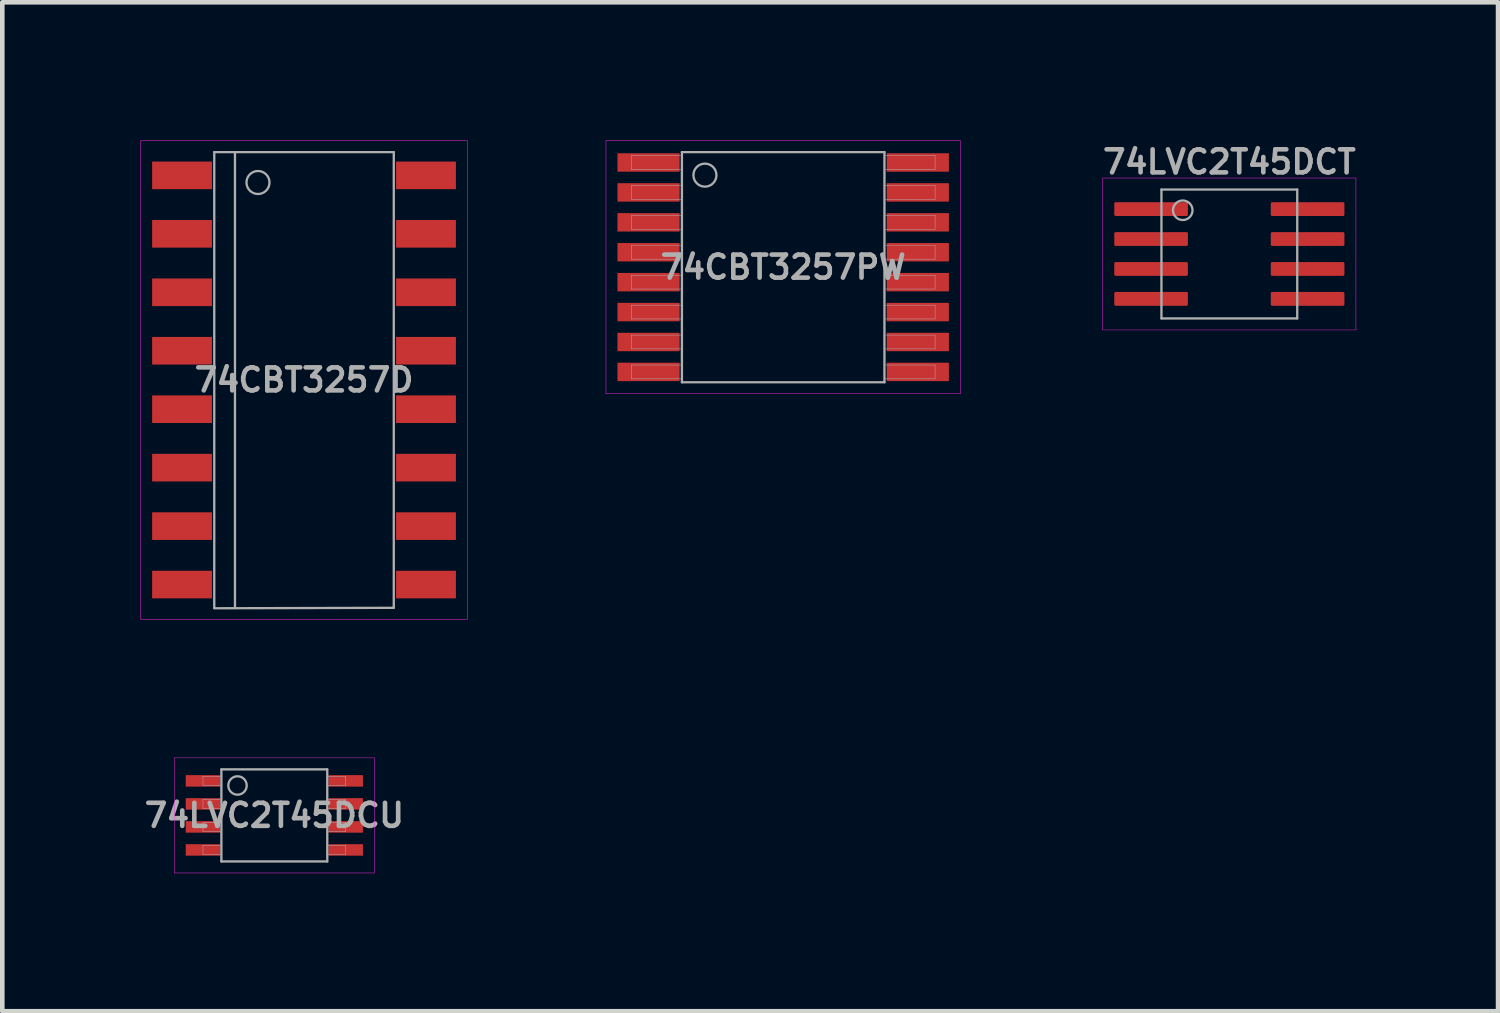
<source format=kicad_pcb>
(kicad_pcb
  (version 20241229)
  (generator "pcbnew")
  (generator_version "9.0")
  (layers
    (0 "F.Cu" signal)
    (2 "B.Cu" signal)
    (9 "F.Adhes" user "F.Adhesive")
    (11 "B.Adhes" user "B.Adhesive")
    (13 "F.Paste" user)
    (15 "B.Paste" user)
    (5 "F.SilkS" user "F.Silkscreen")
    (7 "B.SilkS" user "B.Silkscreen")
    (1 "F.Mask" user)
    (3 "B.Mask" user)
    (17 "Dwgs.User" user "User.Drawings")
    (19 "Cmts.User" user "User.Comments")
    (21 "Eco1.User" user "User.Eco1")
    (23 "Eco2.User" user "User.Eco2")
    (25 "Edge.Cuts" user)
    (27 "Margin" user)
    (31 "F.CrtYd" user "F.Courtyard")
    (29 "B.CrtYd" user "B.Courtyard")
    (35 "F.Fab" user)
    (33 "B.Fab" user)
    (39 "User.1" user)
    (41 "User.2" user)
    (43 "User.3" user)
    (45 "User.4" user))
  (footprint "74CBT3257PW"
    (layer "F.Cu")
    (at 13.965 2.755)
    (property "Reference" "74CBT3257PW" (at 0 0 0) (layer "F.Fab") (effects (font (size 0.5 0.5) (thickness 0.1))))
    (attr smd)
    (fp_line (start -3.85 -2.75) (end -3.85 2.75) (stroke (width 0.01) (type solid)) (layer "F.CrtYd"))
    (fp_line (start -3.85 -2.75) (end 3.85 -2.75) (stroke (width 0.01) (type solid)) (layer "F.CrtYd"))
    (fp_line (start -3.85 2.75) (end 3.85 2.75) (stroke (width 0.01) (type solid)) (layer "F.CrtYd"))
    (fp_line (start 3.85 -2.75) (end 3.85 2.75) (stroke (width 0.01) (type solid)) (layer "F.CrtYd"))
    (fp_line (start -3.3 -2.425) (end -2.2 -2.425) (stroke (width 0.01) (type solid)) (layer "F.Fab"))
    (fp_line (start -3.3 -2.125) (end -3.3 -2.425) (stroke (width 0.01) (type solid)) (layer "F.Fab"))
    (fp_line (start -3.3 -1.775) (end -2.2 -1.775) (stroke (width 0.01) (type solid)) (layer "F.Fab"))
    (fp_line (start -3.3 -1.475) (end -3.3 -1.775) (stroke (width 0.01) (type solid)) (layer "F.Fab"))
    (fp_line (start -3.3 -1.125) (end -2.2 -1.125) (stroke (width 0.01) (type solid)) (layer "F.Fab"))
    (fp_line (start -3.3 -0.825) (end -3.3 -1.125) (stroke (width 0.01) (type solid)) (layer "F.Fab"))
    (fp_line (start -3.3 -0.475) (end -2.2 -0.475) (stroke (width 0.01) (type solid)) (layer "F.Fab"))
    (fp_line (start -3.3 -0.175) (end -3.3 -0.475) (stroke (width 0.01) (type solid)) (layer "F.Fab"))
    (fp_line (start -3.3 0.175) (end -2.2 0.175) (stroke (width 0.01) (type solid)) (layer "F.Fab"))
    (fp_line (start -3.3 0.475) (end -3.3 0.175) (stroke (width 0.01) (type solid)) (layer "F.Fab"))
    (fp_line (start -3.3 0.825) (end -2.2 0.825) (stroke (width 0.01) (type solid)) (layer "F.Fab"))
    (fp_line (start -3.3 1.125) (end -3.3 0.825) (stroke (width 0.01) (type solid)) (layer "F.Fab"))
    (fp_line (start -3.3 1.475) (end -2.2 1.475) (stroke (width 0.01) (type solid)) (layer "F.Fab"))
    (fp_line (start -3.3 1.775) (end -3.3 1.475) (stroke (width 0.01) (type solid)) (layer "F.Fab"))
    (fp_line (start -3.3 2.125) (end -2.2 2.125) (stroke (width 0.01) (type solid)) (layer "F.Fab"))
    (fp_line (start -3.3 2.425) (end -3.3 2.125) (stroke (width 0.01) (type solid)) (layer "F.Fab"))
    (fp_line (start -2.2 -2.5) (end 2.2 -2.5) (stroke (width 0.05) (type solid)) (layer "F.Fab"))
    (fp_line (start -2.2 -2.125) (end -3.3 -2.125) (stroke (width 0.01) (type solid)) (layer "F.Fab"))
    (fp_line (start -2.2 -1.475) (end -3.3 -1.475) (stroke (width 0.01) (type solid)) (layer "F.Fab"))
    (fp_line (start -2.2 -0.825) (end -3.3 -0.825) (stroke (width 0.01) (type solid)) (layer "F.Fab"))
    (fp_line (start -2.2 -0.175) (end -3.3 -0.175) (stroke (width 0.01) (type solid)) (layer "F.Fab"))
    (fp_line (start -2.2 0.475) (end -3.3 0.475) (stroke (width 0.01) (type solid)) (layer "F.Fab"))
    (fp_line (start -2.2 1.125) (end -3.3 1.125) (stroke (width 0.01) (type solid)) (layer "F.Fab"))
    (fp_line (start -2.2 1.775) (end -3.3 1.775) (stroke (width 0.01) (type solid)) (layer "F.Fab"))
    (fp_line (start -2.2 2.425) (end -3.3 2.425) (stroke (width 0.01) (type solid)) (layer "F.Fab"))
    (fp_line (start -2.2 2.5) (end -2.2 -2.5) (stroke (width 0.05) (type solid)) (layer "F.Fab"))
    (fp_line (start 2.2 -2.5) (end 2.2 2.5) (stroke (width 0.05) (type solid)) (layer "F.Fab"))
    (fp_line (start 2.2 -2.425) (end 3.3 -2.425) (stroke (width 0.01) (type solid)) (layer "F.Fab"))
    (fp_line (start 2.2 -1.775) (end 3.3 -1.775) (stroke (width 0.01) (type solid)) (layer "F.Fab"))
    (fp_line (start 2.2 -1.125) (end 3.3 -1.125) (stroke (width 0.01) (type solid)) (layer "F.Fab"))
    (fp_line (start 2.2 -0.475) (end 3.3 -0.475) (stroke (width 0.01) (type solid)) (layer "F.Fab"))
    (fp_line (start 2.2 0.175) (end 3.3 0.175) (stroke (width 0.01) (type solid)) (layer "F.Fab"))
    (fp_line (start 2.2 0.825) (end 3.3 0.825) (stroke (width 0.01) (type solid)) (layer "F.Fab"))
    (fp_line (start 2.2 1.475) (end 3.3 1.475) (stroke (width 0.01) (type solid)) (layer "F.Fab"))
    (fp_line (start 2.2 2.125) (end 3.3 2.125) (stroke (width 0.01) (type solid)) (layer "F.Fab"))
    (fp_line (start 2.2 2.5) (end -2.2 2.5) (stroke (width 0.05) (type solid)) (layer "F.Fab"))
    (fp_line (start 3.3 -2.425) (end 3.3 -2.125) (stroke (width 0.01) (type solid)) (layer "F.Fab"))
    (fp_line (start 3.3 -2.125) (end 2.2 -2.125) (stroke (width 0.01) (type solid)) (layer "F.Fab"))
    (fp_line (start 3.3 -1.775) (end 3.3 -1.475) (stroke (width 0.01) (type solid)) (layer "F.Fab"))
    (fp_line (start 3.3 -1.475) (end 2.2 -1.475) (stroke (width 0.01) (type solid)) (layer "F.Fab"))
    (fp_line (start 3.3 -1.125) (end 3.3 -0.825) (stroke (width 0.01) (type solid)) (layer "F.Fab"))
    (fp_line (start 3.3 -0.825) (end 2.2 -0.825) (stroke (width 0.01) (type solid)) (layer "F.Fab"))
    (fp_line (start 3.3 -0.475) (end 3.3 -0.175) (stroke (width 0.01) (type solid)) (layer "F.Fab"))
    (fp_line (start 3.3 -0.175) (end 2.2 -0.175) (stroke (width 0.01) (type solid)) (layer "F.Fab"))
    (fp_line (start 3.3 0.175) (end 3.3 0.475) (stroke (width 0.01) (type solid)) (layer "F.Fab"))
    (fp_line (start 3.3 0.475) (end 2.2 0.475) (stroke (width 0.01) (type solid)) (layer "F.Fab"))
    (fp_line (start 3.3 0.825) (end 3.3 1.125) (stroke (width 0.01) (type solid)) (layer "F.Fab"))
    (fp_line (start 3.3 1.125) (end 2.2 1.125) (stroke (width 0.01) (type solid)) (layer "F.Fab"))
    (fp_line (start 3.3 1.475) (end 3.3 1.775) (stroke (width 0.01) (type solid)) (layer "F.Fab"))
    (fp_line (start 3.3 1.775) (end 2.2 1.775) (stroke (width 0.01) (type solid)) (layer "F.Fab"))
    (fp_line (start 3.3 2.125) (end 3.3 2.425) (stroke (width 0.01) (type solid)) (layer "F.Fab"))
    (fp_line (start 3.3 2.425) (end 2.2 2.425) (stroke (width 0.01) (type solid)) (layer "F.Fab"))
    (fp_circle (center -1.7 -2) (end -1.45 -2) (stroke (width 0.05) (type solid)) (fill no) (layer "F.Fab"))
    (pad "1" smd rect (at -2.925 -2.275) (size 1.35 0.4) (layers "F.Cu" "F.Mask" "F.Paste"))
    (pad "2" smd rect (at -2.925 -1.625) (size 1.35 0.4) (layers "F.Cu" "F.Mask" "F.Paste"))
    (pad "3" smd rect (at -2.925 -0.975) (size 1.35 0.4) (layers "F.Cu" "F.Mask" "F.Paste"))
    (pad "4" smd rect (at -2.925 -0.325) (size 1.35 0.4) (layers "F.Cu" "F.Mask" "F.Paste"))
    (pad "5" smd rect (at -2.925 0.325) (size 1.35 0.4) (layers "F.Cu" "F.Mask" "F.Paste"))
    (pad "6" smd rect (at -2.925 0.975) (size 1.35 0.4) (layers "F.Cu" "F.Mask" "F.Paste"))
    (pad "7" smd rect (at -2.925 1.625) (size 1.35 0.4) (layers "F.Cu" "F.Mask" "F.Paste"))
    (pad "8" smd rect (at -2.925 2.275) (size 1.35 0.4) (layers "F.Cu" "F.Mask" "F.Paste"))
    (pad "9" smd rect (at 2.925 2.275) (size 1.35 0.4) (layers "F.Cu" "F.Mask" "F.Paste"))
    (pad "10" smd rect (at 2.925 1.625) (size 1.35 0.4) (layers "F.Cu" "F.Mask" "F.Paste"))
    (pad "11" smd rect (at 2.925 0.975) (size 1.35 0.4) (layers "F.Cu" "F.Mask" "F.Paste"))
    (pad "12" smd rect (at 2.925 0.325) (size 1.35 0.4) (layers "F.Cu" "F.Mask" "F.Paste"))
    (pad "13" smd rect (at 2.925 -0.325) (size 1.35 0.4) (layers "F.Cu" "F.Mask" "F.Paste"))
    (pad "14" smd rect (at 2.925 -0.975) (size 1.35 0.4) (layers "F.Cu" "F.Mask" "F.Paste"))
    (pad "15" smd rect (at 2.925 -1.625) (size 1.35 0.4) (layers "F.Cu" "F.Mask" "F.Paste"))
    (pad "16" smd rect (at 2.925 -2.275) (size 1.35 0.4) (layers "F.Cu" "F.Mask" "F.Paste")))
  (footprint "74LVC2T45DCU"
    (layer "F.Cu")
    (at 2.91 14.665)
    (property "Reference" "74LVC2T45DCU" (at 0 0 0) (layer "F.Fab") (effects (font (size 0.5 0.5) (thickness 0.1))))
    (attr smd)
    (fp_line (start -2.175 -1.25) (end 2.175 -1.25) (stroke (width 0.01) (type solid)) (layer "F.CrtYd"))
    (fp_line (start -2.175 1.25) (end -2.175 -1.25) (stroke (width 0.01) (type solid)) (layer "F.CrtYd"))
    (fp_line (start 2.175 -1.25) (end 2.175 1.25) (stroke (width 0.01) (type solid)) (layer "F.CrtYd"))
    (fp_line (start 2.175 1.25) (end -2.175 1.25) (stroke (width 0.01) (type solid)) (layer "F.CrtYd"))
    (fp_line (start -1.55 -0.85) (end -1.55 -0.65) (stroke (width 0.01) (type solid)) (layer "F.Fab"))
    (fp_line (start -1.55 -0.65) (end -1.15 -0.65) (stroke (width 0.01) (type solid)) (layer "F.Fab"))
    (fp_line (start -1.55 -0.35) (end -1.55 -0.15) (stroke (width 0.01) (type solid)) (layer "F.Fab"))
    (fp_line (start -1.55 -0.15) (end -1.15 -0.15) (stroke (width 0.01) (type solid)) (layer "F.Fab"))
    (fp_line (start -1.55 0.15) (end -1.55 0.35) (stroke (width 0.01) (type solid)) (layer "F.Fab"))
    (fp_line (start -1.55 0.35) (end -1.15 0.35) (stroke (width 0.01) (type solid)) (layer "F.Fab"))
    (fp_line (start -1.55 0.65) (end -1.55 0.85) (stroke (width 0.01) (type solid)) (layer "F.Fab"))
    (fp_line (start -1.55 0.85) (end -1.15 0.85) (stroke (width 0.01) (type solid)) (layer "F.Fab"))
    (fp_line (start -1.15 -1) (end 1.15 -1) (stroke (width 0.05) (type solid)) (layer "F.Fab"))
    (fp_line (start -1.15 -0.85) (end -1.55 -0.85) (stroke (width 0.01) (type solid)) (layer "F.Fab"))
    (fp_line (start -1.15 -0.35) (end -1.55 -0.35) (stroke (width 0.01) (type solid)) (layer "F.Fab"))
    (fp_line (start -1.15 0.15) (end -1.55 0.15) (stroke (width 0.01) (type solid)) (layer "F.Fab"))
    (fp_line (start -1.15 0.65) (end -1.55 0.65) (stroke (width 0.01) (type solid)) (layer "F.Fab"))
    (fp_line (start -1.15 1) (end -1.15 -1) (stroke (width 0.05) (type solid)) (layer "F.Fab"))
    (fp_line (start 1.15 -1) (end 1.15 1) (stroke (width 0.05) (type solid)) (layer "F.Fab"))
    (fp_line (start 1.15 -0.65) (end 1.55 -0.65) (stroke (width 0.01) (type solid)) (layer "F.Fab"))
    (fp_line (start 1.15 -0.15) (end 1.55 -0.15) (stroke (width 0.01) (type solid)) (layer "F.Fab"))
    (fp_line (start 1.15 0.35) (end 1.55 0.35) (stroke (width 0.01) (type solid)) (layer "F.Fab"))
    (fp_line (start 1.15 0.85) (end 1.55 0.85) (stroke (width 0.01) (type solid)) (layer "F.Fab"))
    (fp_line (start 1.15 1) (end -1.15 1) (stroke (width 0.05) (type solid)) (layer "F.Fab"))
    (fp_line (start 1.55 -0.85) (end 1.15 -0.85) (stroke (width 0.01) (type solid)) (layer "F.Fab"))
    (fp_line (start 1.55 -0.65) (end 1.55 -0.85) (stroke (width 0.01) (type solid)) (layer "F.Fab"))
    (fp_line (start 1.55 -0.35) (end 1.15 -0.35) (stroke (width 0.01) (type solid)) (layer "F.Fab"))
    (fp_line (start 1.55 -0.15) (end 1.55 -0.35) (stroke (width 0.01) (type solid)) (layer "F.Fab"))
    (fp_line (start 1.55 0.15) (end 1.15 0.15) (stroke (width 0.01) (type solid)) (layer "F.Fab"))
    (fp_line (start 1.55 0.35) (end 1.55 0.15) (stroke (width 0.01) (type solid)) (layer "F.Fab"))
    (fp_line (start 1.55 0.65) (end 1.15 0.65) (stroke (width 0.01) (type solid)) (layer "F.Fab"))
    (fp_line (start 1.55 0.85) (end 1.55 0.65) (stroke (width 0.01) (type solid)) (layer "F.Fab"))
    (fp_circle (center -0.8 -0.65) (end -0.6 -0.65) (stroke (width 0.05) (type solid)) (fill no) (layer "F.Fab"))
    (pad "1" smd rect (at -1.55 -0.75 270) (size 0.25 0.75) (layers "F.Cu" "F.Mask" "F.Paste"))
    (pad "2" smd rect (at -1.55 -0.25 270) (size 0.25 0.75) (layers "F.Cu" "F.Mask" "F.Paste"))
    (pad "3" smd rect (at -1.55 0.25 270) (size 0.25 0.75) (layers "F.Cu" "F.Mask" "F.Paste"))
    (pad "4" smd rect (at -1.55 0.75 270) (size 0.25 0.75) (layers "F.Cu" "F.Mask" "F.Paste"))
    (pad "5" smd rect (at 1.55 0.75 270) (size 0.25 0.75) (layers "F.Cu" "F.Mask" "F.Paste"))
    (pad "6" smd rect (at 1.55 0.25 270) (size 0.25 0.75) (layers "F.Cu" "F.Mask" "F.Paste"))
    (pad "7" smd rect (at 1.55 -0.25 270) (size 0.25 0.75) (layers "F.Cu" "F.Mask" "F.Paste"))
    (pad "8" smd rect (at 1.55 -0.75 270) (size 0.25 0.75) (layers "F.Cu" "F.Mask" "F.Paste")))
  (footprint "74LVC2T45DCT"
    (layer "F.Cu")
    (at 23.658 2.468)
    (property "Reference" "74LVC2T45DCT" (at 0 -2 0) (layer "F.Fab") (effects (font (size 0.5 0.5) (thickness 0.1))))
    (attr smd)
    (fp_line (start -2.75 -1.65) (end 2.75 -1.65) (stroke (width 0.01) (type solid)) (layer "F.CrtYd"))
    (fp_line (start -2.75 1.65) (end -2.75 -1.65) (stroke (width 0.01) (type solid)) (layer "F.CrtYd"))
    (fp_line (start 2.75 -1.65) (end 2.75 1.65) (stroke (width 0.01) (type solid)) (layer "F.CrtYd"))
    (fp_line (start 2.75 1.65) (end -2.75 1.65) (stroke (width 0.01) (type solid)) (layer "F.CrtYd"))
    (fp_line (start -1.475 -1.4) (end 1.475 -1.4) (stroke (width 0.05) (type solid)) (layer "F.Fab"))
    (fp_line (start -1.475 1.4) (end -1.475 -1.4) (stroke (width 0.05) (type solid)) (layer "F.Fab"))
    (fp_line (start 1.475 -1.4) (end 1.475 1.4) (stroke (width 0.05) (type solid)) (layer "F.Fab"))
    (fp_line (start 1.475 1.4) (end -1.475 1.4) (stroke (width 0.05) (type solid)) (layer "F.Fab"))
    (fp_circle (center -1.012 -0.95) (end -0.862 -0.8) (stroke (width 0.05) (type solid)) (fill no) (layer "F.Fab"))
    (pad "1" smd roundrect (at -1.7 -0.975 270) (size 0.3 1.6) (layers "F.Cu" "F.Mask" "F.Paste") (roundrect_rratio 0.1))
    (pad "2" smd roundrect (at -1.7 -0.325 270) (size 0.3 1.6) (layers "F.Cu" "F.Mask" "F.Paste") (roundrect_rratio 0.1))
    (pad "3" smd roundrect (at -1.7 0.325 270) (size 0.3 1.6) (layers "F.Cu" "F.Mask" "F.Paste") (roundrect_rratio 0.1))
    (pad "4" smd roundrect (at -1.7 0.975 270) (size 0.3 1.6) (layers "F.Cu" "F.Mask" "F.Paste") (roundrect_rratio 0.1))
    (pad "5" smd roundrect (at 1.7 0.975 270) (size 0.3 1.6) (layers "F.Cu" "F.Mask" "F.Paste") (roundrect_rratio 0.1))
    (pad "6" smd roundrect (at 1.7 0.325 270) (size 0.3 1.6) (layers "F.Cu" "F.Mask" "F.Paste") (roundrect_rratio 0.1))
    (pad "7" smd roundrect (at 1.7 -0.325 270) (size 0.3 1.6) (layers "F.Cu" "F.Mask" "F.Paste") (roundrect_rratio 0.1))
    (pad "8" smd roundrect (at 1.7 -0.975 270) (size 0.3 1.6) (layers "F.Cu" "F.Mask" "F.Paste") (roundrect_rratio 0.1)))
  (footprint "74CBT3257D"
    (layer "F.Cu")
    (at 3.555 5.205)
    (property "Reference" "74CBT3257D" (at 0 0 0) (layer "F.Fab") (effects (font (size 0.5 0.5) (thickness 0.1))))
    (attr through_hole)
    (fp_line (start -3.55 -5.2) (end 3.55 -5.2) (stroke (width 0.01) (type solid)) (layer "F.CrtYd"))
    (fp_line (start -3.55 5.2) (end -3.55 -5.2) (stroke (width 0.01) (type solid)) (layer "F.CrtYd"))
    (fp_line (start 3.55 -5.2) (end 3.55 5.2) (stroke (width 0.01) (type solid)) (layer "F.CrtYd"))
    (fp_line (start 3.55 5.2) (end -3.55 5.2) (stroke (width 0.01) (type solid)) (layer "F.CrtYd"))
    (fp_line (start -1.95 -4.95) (end 1.95 -4.95) (stroke (width 0.05) (type solid)) (layer "F.Fab"))
    (fp_line (start -1.95 4.95) (end -1.95 -4.95) (stroke (width 0.05) (type solid)) (layer "F.Fab"))
    (fp_line (start -1.5 -4.95) (end -1.5 4.95) (stroke (width 0.05) (type solid)) (layer "F.Fab"))
    (fp_line (start 1.95 -4.95) (end 1.95 4.95) (stroke (width 0.05) (type solid)) (layer "F.Fab"))
    (fp_line (start 1.95 4.95) (end -1.95 4.96) (stroke (width 0.05) (type solid)) (layer "F.Fab"))
    (fp_circle (center -1 -4.29) (end -0.75 -4.29) (stroke (width 0.05) (type solid)) (fill no) (layer "F.Fab"))
    (pad "1" smd rect (at -2.65 -4.445) (size 1.3 0.6) (layers "F.Cu" "F.Mask" "F.Paste"))
    (pad "2" smd rect (at -2.65 -3.175) (size 1.3 0.6) (layers "F.Cu" "F.Mask" "F.Paste"))
    (pad "3" smd rect (at -2.65 -1.905) (size 1.3 0.6) (layers "F.Cu" "F.Mask" "F.Paste"))
    (pad "4" smd rect (at -2.65 -0.635) (size 1.3 0.6) (layers "F.Cu" "F.Mask" "F.Paste"))
    (pad "5" smd rect (at -2.65 0.635) (size 1.3 0.6) (layers "F.Cu" "F.Mask" "F.Paste"))
    (pad "6" smd rect (at -2.65 1.905) (size 1.3 0.6) (layers "F.Cu" "F.Mask" "F.Paste"))
    (pad "7" smd rect (at -2.65 3.175) (size 1.3 0.6) (layers "F.Cu" "F.Mask" "F.Paste"))
    (pad "8" smd rect (at -2.65 4.445) (size 1.3 0.6) (layers "F.Cu" "F.Mask" "F.Paste"))
    (pad "9" smd rect (at 2.65 4.445) (size 1.3 0.6) (layers "F.Cu" "F.Mask" "F.Paste"))
    (pad "10" smd rect (at 2.65 3.175) (size 1.3 0.6) (layers "F.Cu" "F.Mask" "F.Paste"))
    (pad "11" smd rect (at 2.65 1.905) (size 1.3 0.6) (layers "F.Cu" "F.Mask" "F.Paste"))
    (pad "12" smd rect (at 2.65 0.635) (size 1.3 0.6) (layers "F.Cu" "F.Mask" "F.Paste"))
    (pad "13" smd rect (at 2.65 -0.635) (size 1.3 0.6) (layers "F.Cu" "F.Mask" "F.Paste"))
    (pad "14" smd rect (at 2.65 -1.905) (size 1.3 0.6) (layers "F.Cu" "F.Mask" "F.Paste"))
    (pad "15" smd rect (at 2.65 -3.175) (size 1.3 0.6) (layers "F.Cu" "F.Mask" "F.Paste"))
    (pad "16" smd rect (at 2.65 -4.445) (size 1.3 0.6) (layers "F.Cu" "F.Mask" "F.Paste")))
  (gr_rect
    (start -3 -3)
    (end 29.496 18.92)
    (stroke (width 0.1) (type default))
    (fill no)
    (layer "Edge.Cuts")))
</source>
